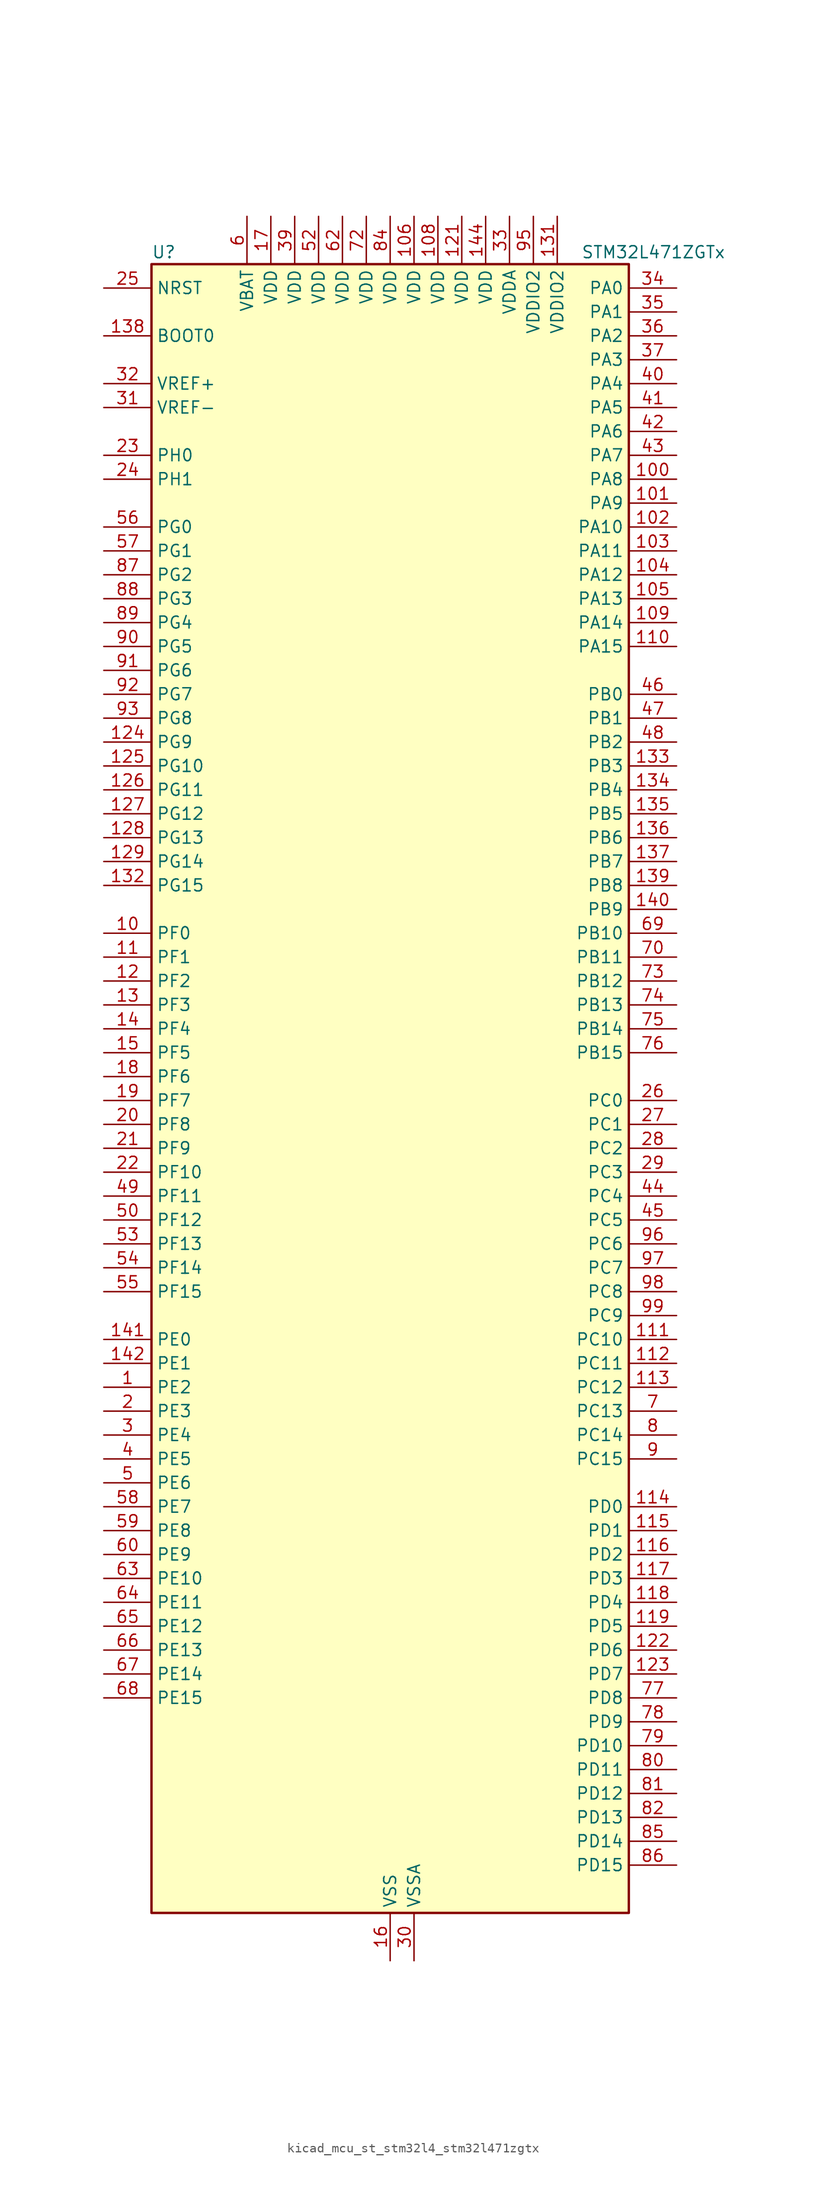
<source format=kicad_sym>
(kicad_symbol_lib
  (version 20220914)
  (generator kicad_symbol_editor)
  (symbol "kicad_mcu_st_stm32l4_stm32l471zgtx"
    (property "Reference" "U"
      (at -25.4 90.17 0)
      (effects (font (size 1.27 1.27)) (justify left)))
    (property "Value" "STM32L471ZGTx"
      (at 20.32 90.17 0)
      (effects (font (size 1.27 1.27)) (justify left)))
    (property "ki_locked" ""
      (at 0 0 0)
      (effects (font (size 1.27 1.27))))
    (symbol "kicad_mcu_st_stm32l4_stm32l471zgtx_0_1"
      (rectangle (start -25.4 -86.36) (end 25.4 88.9) (stroke (width 0.254) (type default)) (fill (type background))))
    (symbol "kicad_mcu_st_stm32l4_stm32l471zgtx_1_1"
      (pin bidirectional line (at -30.48 -30.48 0) (length 5.08) (name "PE2" (effects (font (size 1.27 1.27)))) (number "1" (effects (font (size 1.27 1.27)))) (alternate "FMC_A23" bidirectional line) (alternate "SAI1_MCLK_A" bidirectional line) (alternate "SYS_TRACECLK" bidirectional line) (alternate "TIM3_ETR" bidirectional line) (alternate "TSC_G7_IO1" bidirectional line))
      (pin bidirectional line (at -30.48 17.78 0) (length 5.08) (name "PF0" (effects (font (size 1.27 1.27)))) (number "10" (effects (font (size 1.27 1.27)))) (alternate "FMC_A0" bidirectional line) (alternate "I2C2_SDA" bidirectional line))
      (pin bidirectional line (at 30.48 66.04 180) (length 5.08) (name "PA8" (effects (font (size 1.27 1.27)))) (number "100" (effects (font (size 1.27 1.27)))) (alternate "LPTIM2_OUT" bidirectional line) (alternate "RCC_MCO" bidirectional line) (alternate "TIM1_CH1" bidirectional line) (alternate "USART1_CK" bidirectional line))
      (pin bidirectional line (at 30.48 63.5 180) (length 5.08) (name "PA9" (effects (font (size 1.27 1.27)))) (number "101" (effects (font (size 1.27 1.27)))) (alternate "DAC1_EXTI9" bidirectional line) (alternate "TIM15_BKIN" bidirectional line) (alternate "TIM1_CH2" bidirectional line) (alternate "USART1_TX" bidirectional line))
      (pin bidirectional line (at 30.48 60.96 180) (length 5.08) (name "PA10" (effects (font (size 1.27 1.27)))) (number "102" (effects (font (size 1.27 1.27)))) (alternate "TIM17_BKIN" bidirectional line) (alternate "TIM1_CH3" bidirectional line) (alternate "USART1_RX" bidirectional line))
      (pin bidirectional line (at 30.48 58.42 180) (length 5.08) (name "PA11" (effects (font (size 1.27 1.27)))) (number "103" (effects (font (size 1.27 1.27)))) (alternate "ADC1_EXTI11" bidirectional line) (alternate "ADC2_EXTI11" bidirectional line) (alternate "ADC3_EXTI11" bidirectional line) (alternate "CAN1_RX" bidirectional line) (alternate "TIM1_BKIN2" bidirectional line) (alternate "TIM1_BKIN2_COMP1" bidirectional line) (alternate "TIM1_CH4" bidirectional line) (alternate "USART1_CTS" bidirectional line))
      (pin bidirectional line (at 30.48 55.88 180) (length 5.08) (name "PA12" (effects (font (size 1.27 1.27)))) (number "104" (effects (font (size 1.27 1.27)))) (alternate "CAN1_TX" bidirectional line) (alternate "TIM1_ETR" bidirectional line) (alternate "USART1_DE" bidirectional line) (alternate "USART1_RTS" bidirectional line))
      (pin bidirectional line (at 30.48 53.34 180) (length 5.08) (name "PA13" (effects (font (size 1.27 1.27)))) (number "105" (effects (font (size 1.27 1.27)))) (alternate "IR_OUT" bidirectional line) (alternate "SYS_JTMS-SWDIO" bidirectional line))
      (pin power_in line (at 2.54 93.98 270) (length 5.08) (name "VDD" (effects (font (size 1.27 1.27)))) (number "106" (effects (font (size 1.27 1.27)))))
      (pin passive line (at 0 -91.44 90) (length 5.08) hide (name "VSS" (effects (font (size 1.27 1.27)))) (number "107" (effects (font (size 1.27 1.27)))))
      (pin power_in line (at 5.08 93.98 270) (length 5.08) (name "VDD" (effects (font (size 1.27 1.27)))) (number "108" (effects (font (size 1.27 1.27)))))
      (pin bidirectional line (at 30.48 50.8 180) (length 5.08) (name "PA14" (effects (font (size 1.27 1.27)))) (number "109" (effects (font (size 1.27 1.27)))) (alternate "SYS_JTCK-SWCLK" bidirectional line))
      (pin bidirectional line (at -30.48 15.24 0) (length 5.08) (name "PF1" (effects (font (size 1.27 1.27)))) (number "11" (effects (font (size 1.27 1.27)))) (alternate "FMC_A1" bidirectional line) (alternate "I2C2_SCL" bidirectional line))
      (pin bidirectional line (at 30.48 48.26 180) (length 5.08) (name "PA15" (effects (font (size 1.27 1.27)))) (number "110" (effects (font (size 1.27 1.27)))) (alternate "ADC1_EXTI15" bidirectional line) (alternate "ADC2_EXTI15" bidirectional line) (alternate "ADC3_EXTI15" bidirectional line) (alternate "SAI2_FS_B" bidirectional line) (alternate "SPI1_NSS" bidirectional line) (alternate "SPI3_NSS" bidirectional line) (alternate "SYS_JTDI" bidirectional line) (alternate "TIM2_CH1" bidirectional line) (alternate "TIM2_ETR" bidirectional line) (alternate "TSC_G3_IO1" bidirectional line) (alternate "UART4_DE" bidirectional line) (alternate "UART4_RTS" bidirectional line))
      (pin bidirectional line (at 30.48 -25.4 180) (length 5.08) (name "PC10" (effects (font (size 1.27 1.27)))) (number "111" (effects (font (size 1.27 1.27)))) (alternate "SAI2_SCK_B" bidirectional line) (alternate "SDMMC1_D2" bidirectional line) (alternate "SPI3_SCK" bidirectional line) (alternate "TSC_G3_IO2" bidirectional line) (alternate "UART4_TX" bidirectional line) (alternate "USART3_TX" bidirectional line))
      (pin bidirectional line (at 30.48 -27.94 180) (length 5.08) (name "PC11" (effects (font (size 1.27 1.27)))) (number "112" (effects (font (size 1.27 1.27)))) (alternate "ADC1_EXTI11" bidirectional line) (alternate "ADC2_EXTI11" bidirectional line) (alternate "ADC3_EXTI11" bidirectional line) (alternate "SAI2_MCLK_B" bidirectional line) (alternate "SDMMC1_D3" bidirectional line) (alternate "SPI3_MISO" bidirectional line) (alternate "TSC_G3_IO3" bidirectional line) (alternate "UART4_RX" bidirectional line) (alternate "USART3_RX" bidirectional line))
      (pin bidirectional line (at 30.48 -30.48 180) (length 5.08) (name "PC12" (effects (font (size 1.27 1.27)))) (number "113" (effects (font (size 1.27 1.27)))) (alternate "SAI2_SD_B" bidirectional line) (alternate "SDMMC1_CK" bidirectional line) (alternate "SPI3_MOSI" bidirectional line) (alternate "TSC_G3_IO4" bidirectional line) (alternate "UART5_TX" bidirectional line) (alternate "USART3_CK" bidirectional line))
      (pin bidirectional line (at 30.48 -43.18 180) (length 5.08) (name "PD0" (effects (font (size 1.27 1.27)))) (number "114" (effects (font (size 1.27 1.27)))) (alternate "CAN1_RX" bidirectional line) (alternate "DFSDM1_DATIN7" bidirectional line) (alternate "FMC_D2" bidirectional line) (alternate "FMC_DA2" bidirectional line) (alternate "SPI2_NSS" bidirectional line))
      (pin bidirectional line (at 30.48 -45.72 180) (length 5.08) (name "PD1" (effects (font (size 1.27 1.27)))) (number "115" (effects (font (size 1.27 1.27)))) (alternate "CAN1_TX" bidirectional line) (alternate "DFSDM1_CKIN7" bidirectional line) (alternate "FMC_D3" bidirectional line) (alternate "FMC_DA3" bidirectional line) (alternate "SPI2_SCK" bidirectional line))
      (pin bidirectional line (at 30.48 -48.26 180) (length 5.08) (name "PD2" (effects (font (size 1.27 1.27)))) (number "116" (effects (font (size 1.27 1.27)))) (alternate "SDMMC1_CMD" bidirectional line) (alternate "TIM3_ETR" bidirectional line) (alternate "TSC_SYNC" bidirectional line) (alternate "UART5_RX" bidirectional line) (alternate "USART3_DE" bidirectional line) (alternate "USART3_RTS" bidirectional line))
      (pin bidirectional line (at 30.48 -50.8 180) (length 5.08) (name "PD3" (effects (font (size 1.27 1.27)))) (number "117" (effects (font (size 1.27 1.27)))) (alternate "DFSDM1_DATIN0" bidirectional line) (alternate "FMC_CLK" bidirectional line) (alternate "SPI2_MISO" bidirectional line) (alternate "USART2_CTS" bidirectional line))
      (pin bidirectional line (at 30.48 -53.34 180) (length 5.08) (name "PD4" (effects (font (size 1.27 1.27)))) (number "118" (effects (font (size 1.27 1.27)))) (alternate "DFSDM1_CKIN0" bidirectional line) (alternate "FMC_NOE" bidirectional line) (alternate "SPI2_MOSI" bidirectional line) (alternate "USART2_DE" bidirectional line) (alternate "USART2_RTS" bidirectional line))
      (pin bidirectional line (at 30.48 -55.88 180) (length 5.08) (name "PD5" (effects (font (size 1.27 1.27)))) (number "119" (effects (font (size 1.27 1.27)))) (alternate "FMC_NWE" bidirectional line) (alternate "USART2_TX" bidirectional line))
      (pin bidirectional line (at -30.48 12.7 0) (length 5.08) (name "PF2" (effects (font (size 1.27 1.27)))) (number "12" (effects (font (size 1.27 1.27)))) (alternate "FMC_A2" bidirectional line) (alternate "I2C2_SMBA" bidirectional line))
      (pin passive line (at 0 -91.44 90) (length 5.08) hide (name "VSS" (effects (font (size 1.27 1.27)))) (number "120" (effects (font (size 1.27 1.27)))))
      (pin power_in line (at 7.62 93.98 270) (length 5.08) (name "VDD" (effects (font (size 1.27 1.27)))) (number "121" (effects (font (size 1.27 1.27)))))
      (pin bidirectional line (at 30.48 -58.42 180) (length 5.08) (name "PD6" (effects (font (size 1.27 1.27)))) (number "122" (effects (font (size 1.27 1.27)))) (alternate "DFSDM1_DATIN1" bidirectional line) (alternate "FMC_NWAIT" bidirectional line) (alternate "SAI1_SD_A" bidirectional line) (alternate "USART2_RX" bidirectional line))
      (pin bidirectional line (at 30.48 -60.96 180) (length 5.08) (name "PD7" (effects (font (size 1.27 1.27)))) (number "123" (effects (font (size 1.27 1.27)))) (alternate "DFSDM1_CKIN1" bidirectional line) (alternate "FMC_NE1" bidirectional line) (alternate "USART2_CK" bidirectional line))
      (pin bidirectional line (at -30.48 38.1 0) (length 5.08) (name "PG9" (effects (font (size 1.27 1.27)))) (number "124" (effects (font (size 1.27 1.27)))) (alternate "DAC1_EXTI9" bidirectional line) (alternate "FMC_NCE3" bidirectional line) (alternate "FMC_NE2" bidirectional line) (alternate "SAI2_SCK_A" bidirectional line) (alternate "SPI3_SCK" bidirectional line) (alternate "TIM15_CH1N" bidirectional line) (alternate "USART1_TX" bidirectional line))
      (pin bidirectional line (at -30.48 35.56 0) (length 5.08) (name "PG10" (effects (font (size 1.27 1.27)))) (number "125" (effects (font (size 1.27 1.27)))) (alternate "FMC_NE3" bidirectional line) (alternate "LPTIM1_IN1" bidirectional line) (alternate "SAI2_FS_A" bidirectional line) (alternate "SPI3_MISO" bidirectional line) (alternate "TIM15_CH1" bidirectional line) (alternate "USART1_RX" bidirectional line))
      (pin bidirectional line (at -30.48 33.02 0) (length 5.08) (name "PG11" (effects (font (size 1.27 1.27)))) (number "126" (effects (font (size 1.27 1.27)))) (alternate "ADC1_EXTI11" bidirectional line) (alternate "ADC2_EXTI11" bidirectional line) (alternate "ADC3_EXTI11" bidirectional line) (alternate "LPTIM1_IN2" bidirectional line) (alternate "SAI2_MCLK_A" bidirectional line) (alternate "SPI3_MOSI" bidirectional line) (alternate "TIM15_CH2" bidirectional line) (alternate "USART1_CTS" bidirectional line))
      (pin bidirectional line (at -30.48 30.48 0) (length 5.08) (name "PG12" (effects (font (size 1.27 1.27)))) (number "127" (effects (font (size 1.27 1.27)))) (alternate "FMC_NE4" bidirectional line) (alternate "LPTIM1_ETR" bidirectional line) (alternate "SAI2_SD_A" bidirectional line) (alternate "SPI3_NSS" bidirectional line) (alternate "USART1_DE" bidirectional line) (alternate "USART1_RTS" bidirectional line))
      (pin bidirectional line (at -30.48 27.94 0) (length 5.08) (name "PG13" (effects (font (size 1.27 1.27)))) (number "128" (effects (font (size 1.27 1.27)))) (alternate "FMC_A24" bidirectional line) (alternate "I2C1_SDA" bidirectional line) (alternate "USART1_CK" bidirectional line))
      (pin bidirectional line (at -30.48 25.4 0) (length 5.08) (name "PG14" (effects (font (size 1.27 1.27)))) (number "129" (effects (font (size 1.27 1.27)))) (alternate "FMC_A25" bidirectional line) (alternate "I2C1_SCL" bidirectional line))
      (pin bidirectional line (at -30.48 10.16 0) (length 5.08) (name "PF3" (effects (font (size 1.27 1.27)))) (number "13" (effects (font (size 1.27 1.27)))) (alternate "ADC3_IN6" bidirectional line) (alternate "FMC_A3" bidirectional line))
      (pin passive line (at 0 -91.44 90) (length 5.08) hide (name "VSS" (effects (font (size 1.27 1.27)))) (number "130" (effects (font (size 1.27 1.27)))))
      (pin power_in line (at 17.78 93.98 270) (length 5.08) (name "VDDIO2" (effects (font (size 1.27 1.27)))) (number "131" (effects (font (size 1.27 1.27)))))
      (pin bidirectional line (at -30.48 22.86 0) (length 5.08) (name "PG15" (effects (font (size 1.27 1.27)))) (number "132" (effects (font (size 1.27 1.27)))) (alternate "ADC1_EXTI15" bidirectional line) (alternate "ADC2_EXTI15" bidirectional line) (alternate "ADC3_EXTI15" bidirectional line) (alternate "I2C1_SMBA" bidirectional line) (alternate "LPTIM1_OUT" bidirectional line))
      (pin bidirectional line (at 30.48 35.56 180) (length 5.08) (name "PB3" (effects (font (size 1.27 1.27)))) (number "133" (effects (font (size 1.27 1.27)))) (alternate "COMP2_INM" bidirectional line) (alternate "SAI1_SCK_B" bidirectional line) (alternate "SPI1_SCK" bidirectional line) (alternate "SPI3_SCK" bidirectional line) (alternate "SYS_JTDO-SWO" bidirectional line) (alternate "TIM2_CH2" bidirectional line) (alternate "USART1_DE" bidirectional line) (alternate "USART1_RTS" bidirectional line))
      (pin bidirectional line (at 30.48 33.02 180) (length 5.08) (name "PB4" (effects (font (size 1.27 1.27)))) (number "134" (effects (font (size 1.27 1.27)))) (alternate "COMP2_INP" bidirectional line) (alternate "SAI1_MCLK_B" bidirectional line) (alternate "SPI1_MISO" bidirectional line) (alternate "SPI3_MISO" bidirectional line) (alternate "SYS_JTRST" bidirectional line) (alternate "TIM17_BKIN" bidirectional line) (alternate "TIM3_CH1" bidirectional line) (alternate "TSC_G2_IO1" bidirectional line) (alternate "UART5_DE" bidirectional line) (alternate "UART5_RTS" bidirectional line) (alternate "USART1_CTS" bidirectional line))
      (pin bidirectional line (at 30.48 30.48 180) (length 5.08) (name "PB5" (effects (font (size 1.27 1.27)))) (number "135" (effects (font (size 1.27 1.27)))) (alternate "COMP2_OUT" bidirectional line) (alternate "I2C1_SMBA" bidirectional line) (alternate "LPTIM1_IN1" bidirectional line) (alternate "SAI1_SD_B" bidirectional line) (alternate "SPI1_MOSI" bidirectional line) (alternate "SPI3_MOSI" bidirectional line) (alternate "TIM16_BKIN" bidirectional line) (alternate "TIM3_CH2" bidirectional line) (alternate "TSC_G2_IO2" bidirectional line) (alternate "UART5_CTS" bidirectional line) (alternate "USART1_CK" bidirectional line))
      (pin bidirectional line (at 30.48 27.94 180) (length 5.08) (name "PB6" (effects (font (size 1.27 1.27)))) (number "136" (effects (font (size 1.27 1.27)))) (alternate "COMP2_INP" bidirectional line) (alternate "DFSDM1_DATIN5" bidirectional line) (alternate "I2C1_SCL" bidirectional line) (alternate "LPTIM1_ETR" bidirectional line) (alternate "SAI1_FS_B" bidirectional line) (alternate "TIM16_CH1N" bidirectional line) (alternate "TIM4_CH1" bidirectional line) (alternate "TIM8_BKIN2" bidirectional line) (alternate "TIM8_BKIN2_COMP2" bidirectional line) (alternate "TSC_G2_IO3" bidirectional line) (alternate "USART1_TX" bidirectional line))
      (pin bidirectional line (at 30.48 25.4 180) (length 5.08) (name "PB7" (effects (font (size 1.27 1.27)))) (number "137" (effects (font (size 1.27 1.27)))) (alternate "COMP2_INM" bidirectional line) (alternate "DFSDM1_CKIN5" bidirectional line) (alternate "FMC_NL" bidirectional line) (alternate "I2C1_SDA" bidirectional line) (alternate "LPTIM1_IN2" bidirectional line) (alternate "SYS_PVD_IN" bidirectional line) (alternate "TIM17_CH1N" bidirectional line) (alternate "TIM4_CH2" bidirectional line) (alternate "TIM8_BKIN" bidirectional line) (alternate "TIM8_BKIN_COMP1" bidirectional line) (alternate "TSC_G2_IO4" bidirectional line) (alternate "UART4_CTS" bidirectional line) (alternate "USART1_RX" bidirectional line))
      (pin input line (at -30.48 81.28 0) (length 5.08) (name "BOOT0" (effects (font (size 1.27 1.27)))) (number "138" (effects (font (size 1.27 1.27)))))
      (pin bidirectional line (at 30.48 22.86 180) (length 5.08) (name "PB8" (effects (font (size 1.27 1.27)))) (number "139" (effects (font (size 1.27 1.27)))) (alternate "CAN1_RX" bidirectional line) (alternate "DFSDM1_DATIN6" bidirectional line) (alternate "I2C1_SCL" bidirectional line) (alternate "SAI1_MCLK_A" bidirectional line) (alternate "SDMMC1_D4" bidirectional line) (alternate "TIM16_CH1" bidirectional line) (alternate "TIM4_CH3" bidirectional line))
      (pin bidirectional line (at -30.48 7.62 0) (length 5.08) (name "PF4" (effects (font (size 1.27 1.27)))) (number "14" (effects (font (size 1.27 1.27)))) (alternate "ADC3_IN7" bidirectional line) (alternate "FMC_A4" bidirectional line))
      (pin bidirectional line (at 30.48 20.32 180) (length 5.08) (name "PB9" (effects (font (size 1.27 1.27)))) (number "140" (effects (font (size 1.27 1.27)))) (alternate "CAN1_TX" bidirectional line) (alternate "DAC1_EXTI9" bidirectional line) (alternate "DFSDM1_CKIN6" bidirectional line) (alternate "I2C1_SDA" bidirectional line) (alternate "IR_OUT" bidirectional line) (alternate "SAI1_FS_A" bidirectional line) (alternate "SDMMC1_D5" bidirectional line) (alternate "SPI2_NSS" bidirectional line) (alternate "TIM17_CH1" bidirectional line) (alternate "TIM4_CH4" bidirectional line))
      (pin bidirectional line (at -30.48 -25.4 0) (length 5.08) (name "PE0" (effects (font (size 1.27 1.27)))) (number "141" (effects (font (size 1.27 1.27)))) (alternate "FMC_NBL0" bidirectional line) (alternate "TIM16_CH1" bidirectional line) (alternate "TIM4_ETR" bidirectional line))
      (pin bidirectional line (at -30.48 -27.94 0) (length 5.08) (name "PE1" (effects (font (size 1.27 1.27)))) (number "142" (effects (font (size 1.27 1.27)))) (alternate "FMC_NBL1" bidirectional line) (alternate "TIM17_CH1" bidirectional line))
      (pin passive line (at 0 -91.44 90) (length 5.08) hide (name "VSS" (effects (font (size 1.27 1.27)))) (number "143" (effects (font (size 1.27 1.27)))))
      (pin power_in line (at 10.16 93.98 270) (length 5.08) (name "VDD" (effects (font (size 1.27 1.27)))) (number "144" (effects (font (size 1.27 1.27)))))
      (pin bidirectional line (at -30.48 5.08 0) (length 5.08) (name "PF5" (effects (font (size 1.27 1.27)))) (number "15" (effects (font (size 1.27 1.27)))) (alternate "ADC3_IN8" bidirectional line) (alternate "FMC_A5" bidirectional line))
      (pin power_in line (at 0 -91.44 90) (length 5.08) (name "VSS" (effects (font (size 1.27 1.27)))) (number "16" (effects (font (size 1.27 1.27)))))
      (pin power_in line (at -12.7 93.98 270) (length 5.08) (name "VDD" (effects (font (size 1.27 1.27)))) (number "17" (effects (font (size 1.27 1.27)))))
      (pin bidirectional line (at -30.48 2.54 0) (length 5.08) (name "PF6" (effects (font (size 1.27 1.27)))) (number "18" (effects (font (size 1.27 1.27)))) (alternate "ADC3_IN9" bidirectional line) (alternate "SAI1_SD_B" bidirectional line) (alternate "TIM5_CH1" bidirectional line) (alternate "TIM5_ETR" bidirectional line))
      (pin bidirectional line (at -30.48 0 0) (length 5.08) (name "PF7" (effects (font (size 1.27 1.27)))) (number "19" (effects (font (size 1.27 1.27)))) (alternate "ADC3_IN10" bidirectional line) (alternate "SAI1_MCLK_B" bidirectional line) (alternate "TIM5_CH2" bidirectional line))
      (pin bidirectional line (at -30.48 -33.02 0) (length 5.08) (name "PE3" (effects (font (size 1.27 1.27)))) (number "2" (effects (font (size 1.27 1.27)))) (alternate "FMC_A19" bidirectional line) (alternate "SAI1_SD_B" bidirectional line) (alternate "SYS_TRACED0" bidirectional line) (alternate "TIM3_CH1" bidirectional line) (alternate "TSC_G7_IO2" bidirectional line))
      (pin bidirectional line (at -30.48 -2.54 0) (length 5.08) (name "PF8" (effects (font (size 1.27 1.27)))) (number "20" (effects (font (size 1.27 1.27)))) (alternate "ADC3_IN11" bidirectional line) (alternate "SAI1_SCK_B" bidirectional line) (alternate "TIM5_CH3" bidirectional line))
      (pin bidirectional line (at -30.48 -5.08 0) (length 5.08) (name "PF9" (effects (font (size 1.27 1.27)))) (number "21" (effects (font (size 1.27 1.27)))) (alternate "ADC3_IN12" bidirectional line) (alternate "DAC1_EXTI9" bidirectional line) (alternate "SAI1_FS_B" bidirectional line) (alternate "TIM15_CH1" bidirectional line) (alternate "TIM5_CH4" bidirectional line))
      (pin bidirectional line (at -30.48 -7.62 0) (length 5.08) (name "PF10" (effects (font (size 1.27 1.27)))) (number "22" (effects (font (size 1.27 1.27)))) (alternate "ADC3_IN13" bidirectional line) (alternate "TIM15_CH2" bidirectional line))
      (pin bidirectional line (at -30.48 68.58 0) (length 5.08) (name "PH0" (effects (font (size 1.27 1.27)))) (number "23" (effects (font (size 1.27 1.27)))) (alternate "RCC_OSC_IN" bidirectional line))
      (pin bidirectional line (at -30.48 66.04 0) (length 5.08) (name "PH1" (effects (font (size 1.27 1.27)))) (number "24" (effects (font (size 1.27 1.27)))) (alternate "RCC_OSC_OUT" bidirectional line))
      (pin input line (at -30.48 86.36 0) (length 5.08) (name "NRST" (effects (font (size 1.27 1.27)))) (number "25" (effects (font (size 1.27 1.27)))))
      (pin bidirectional line (at 30.48 0 180) (length 5.08) (name "PC0" (effects (font (size 1.27 1.27)))) (number "26" (effects (font (size 1.27 1.27)))) (alternate "ADC1_IN1" bidirectional line) (alternate "ADC2_IN1" bidirectional line) (alternate "ADC3_IN1" bidirectional line) (alternate "DFSDM1_DATIN4" bidirectional line) (alternate "I2C3_SCL" bidirectional line) (alternate "LPTIM1_IN1" bidirectional line) (alternate "LPTIM2_IN1" bidirectional line) (alternate "LPUART1_RX" bidirectional line))
      (pin bidirectional line (at 30.48 -2.54 180) (length 5.08) (name "PC1" (effects (font (size 1.27 1.27)))) (number "27" (effects (font (size 1.27 1.27)))) (alternate "ADC1_IN2" bidirectional line) (alternate "ADC2_IN2" bidirectional line) (alternate "ADC3_IN2" bidirectional line) (alternate "DFSDM1_CKIN4" bidirectional line) (alternate "I2C3_SDA" bidirectional line) (alternate "LPTIM1_OUT" bidirectional line) (alternate "LPUART1_TX" bidirectional line))
      (pin bidirectional line (at 30.48 -5.08 180) (length 5.08) (name "PC2" (effects (font (size 1.27 1.27)))) (number "28" (effects (font (size 1.27 1.27)))) (alternate "ADC1_IN3" bidirectional line) (alternate "ADC2_IN3" bidirectional line) (alternate "ADC3_IN3" bidirectional line) (alternate "DFSDM1_CKOUT" bidirectional line) (alternate "LPTIM1_IN2" bidirectional line) (alternate "SPI2_MISO" bidirectional line))
      (pin bidirectional line (at 30.48 -7.62 180) (length 5.08) (name "PC3" (effects (font (size 1.27 1.27)))) (number "29" (effects (font (size 1.27 1.27)))) (alternate "ADC1_IN4" bidirectional line) (alternate "ADC2_IN4" bidirectional line) (alternate "ADC3_IN4" bidirectional line) (alternate "LPTIM1_ETR" bidirectional line) (alternate "LPTIM2_ETR" bidirectional line) (alternate "SAI1_SD_A" bidirectional line) (alternate "SPI2_MOSI" bidirectional line))
      (pin bidirectional line (at -30.48 -35.56 0) (length 5.08) (name "PE4" (effects (font (size 1.27 1.27)))) (number "3" (effects (font (size 1.27 1.27)))) (alternate "DFSDM1_DATIN3" bidirectional line) (alternate "FMC_A20" bidirectional line) (alternate "SAI1_FS_A" bidirectional line) (alternate "SYS_TRACED1" bidirectional line) (alternate "TIM3_CH2" bidirectional line) (alternate "TSC_G7_IO3" bidirectional line))
      (pin power_in line (at 2.54 -91.44 90) (length 5.08) (name "VSSA" (effects (font (size 1.27 1.27)))) (number "30" (effects (font (size 1.27 1.27)))))
      (pin input line (at -30.48 73.66 0) (length 5.08) (name "VREF-" (effects (font (size 1.27 1.27)))) (number "31" (effects (font (size 1.27 1.27)))))
      (pin input line (at -30.48 76.2 0) (length 5.08) (name "VREF+" (effects (font (size 1.27 1.27)))) (number "32" (effects (font (size 1.27 1.27)))) (alternate "VREFBUF_OUT" bidirectional line))
      (pin power_in line (at 12.7 93.98 270) (length 5.08) (name "VDDA" (effects (font (size 1.27 1.27)))) (number "33" (effects (font (size 1.27 1.27)))))
      (pin bidirectional line (at 30.48 86.36 180) (length 5.08) (name "PA0" (effects (font (size 1.27 1.27)))) (number "34" (effects (font (size 1.27 1.27)))) (alternate "ADC1_IN5" bidirectional line) (alternate "ADC2_IN5" bidirectional line) (alternate "OPAMP1_VINP" bidirectional line) (alternate "RTC_TAMP2" bidirectional line) (alternate "SAI1_EXTCLK" bidirectional line) (alternate "SYS_WKUP1" bidirectional line) (alternate "TIM2_CH1" bidirectional line) (alternate "TIM2_ETR" bidirectional line) (alternate "TIM5_CH1" bidirectional line) (alternate "TIM8_ETR" bidirectional line) (alternate "UART4_TX" bidirectional line) (alternate "USART2_CTS" bidirectional line))
      (pin bidirectional line (at 30.48 83.82 180) (length 5.08) (name "PA1" (effects (font (size 1.27 1.27)))) (number "35" (effects (font (size 1.27 1.27)))) (alternate "ADC1_IN6" bidirectional line) (alternate "ADC2_IN6" bidirectional line) (alternate "OPAMP1_VINM" bidirectional line) (alternate "TIM15_CH1N" bidirectional line) (alternate "TIM2_CH2" bidirectional line) (alternate "TIM5_CH2" bidirectional line) (alternate "UART4_RX" bidirectional line) (alternate "USART2_DE" bidirectional line) (alternate "USART2_RTS" bidirectional line))
      (pin bidirectional line (at 30.48 81.28 180) (length 5.08) (name "PA2" (effects (font (size 1.27 1.27)))) (number "36" (effects (font (size 1.27 1.27)))) (alternate "ADC1_IN7" bidirectional line) (alternate "ADC2_IN7" bidirectional line) (alternate "RCC_LSCO" bidirectional line) (alternate "SAI2_EXTCLK" bidirectional line) (alternate "SYS_WKUP4" bidirectional line) (alternate "TIM15_CH1" bidirectional line) (alternate "TIM2_CH3" bidirectional line) (alternate "TIM5_CH3" bidirectional line) (alternate "USART2_TX" bidirectional line))
      (pin bidirectional line (at 30.48 78.74 180) (length 5.08) (name "PA3" (effects (font (size 1.27 1.27)))) (number "37" (effects (font (size 1.27 1.27)))) (alternate "ADC1_IN8" bidirectional line) (alternate "ADC2_IN8" bidirectional line) (alternate "OPAMP1_VOUT" bidirectional line) (alternate "TIM15_CH2" bidirectional line) (alternate "TIM2_CH4" bidirectional line) (alternate "TIM5_CH4" bidirectional line) (alternate "USART2_RX" bidirectional line))
      (pin passive line (at 0 -91.44 90) (length 5.08) hide (name "VSS" (effects (font (size 1.27 1.27)))) (number "38" (effects (font (size 1.27 1.27)))))
      (pin power_in line (at -10.16 93.98 270) (length 5.08) (name "VDD" (effects (font (size 1.27 1.27)))) (number "39" (effects (font (size 1.27 1.27)))))
      (pin bidirectional line (at -30.48 -38.1 0) (length 5.08) (name "PE5" (effects (font (size 1.27 1.27)))) (number "4" (effects (font (size 1.27 1.27)))) (alternate "DFSDM1_CKIN3" bidirectional line) (alternate "FMC_A21" bidirectional line) (alternate "SAI1_SCK_A" bidirectional line) (alternate "SYS_TRACED2" bidirectional line) (alternate "TIM3_CH3" bidirectional line) (alternate "TSC_G7_IO4" bidirectional line))
      (pin bidirectional line (at 30.48 76.2 180) (length 5.08) (name "PA4" (effects (font (size 1.27 1.27)))) (number "40" (effects (font (size 1.27 1.27)))) (alternate "ADC1_IN9" bidirectional line) (alternate "ADC2_IN9" bidirectional line) (alternate "DAC1_OUT1" bidirectional line) (alternate "LPTIM2_OUT" bidirectional line) (alternate "SAI1_FS_B" bidirectional line) (alternate "SPI1_NSS" bidirectional line) (alternate "SPI3_NSS" bidirectional line) (alternate "USART2_CK" bidirectional line))
      (pin bidirectional line (at 30.48 73.66 180) (length 5.08) (name "PA5" (effects (font (size 1.27 1.27)))) (number "41" (effects (font (size 1.27 1.27)))) (alternate "ADC1_IN10" bidirectional line) (alternate "ADC2_IN10" bidirectional line) (alternate "DAC1_OUT2" bidirectional line) (alternate "LPTIM2_ETR" bidirectional line) (alternate "SPI1_SCK" bidirectional line) (alternate "TIM2_CH1" bidirectional line) (alternate "TIM2_ETR" bidirectional line) (alternate "TIM8_CH1N" bidirectional line))
      (pin bidirectional line (at 30.48 71.12 180) (length 5.08) (name "PA6" (effects (font (size 1.27 1.27)))) (number "42" (effects (font (size 1.27 1.27)))) (alternate "ADC1_IN11" bidirectional line) (alternate "ADC2_IN11" bidirectional line) (alternate "OPAMP2_VINP" bidirectional line) (alternate "QUADSPI_BK1_IO3" bidirectional line) (alternate "SPI1_MISO" bidirectional line) (alternate "TIM16_CH1" bidirectional line) (alternate "TIM1_BKIN" bidirectional line) (alternate "TIM1_BKIN_COMP2" bidirectional line) (alternate "TIM3_CH1" bidirectional line) (alternate "TIM8_BKIN" bidirectional line) (alternate "TIM8_BKIN_COMP2" bidirectional line) (alternate "USART3_CTS" bidirectional line))
      (pin bidirectional line (at 30.48 68.58 180) (length 5.08) (name "PA7" (effects (font (size 1.27 1.27)))) (number "43" (effects (font (size 1.27 1.27)))) (alternate "ADC1_IN12" bidirectional line) (alternate "ADC2_IN12" bidirectional line) (alternate "OPAMP2_VINM" bidirectional line) (alternate "QUADSPI_BK1_IO2" bidirectional line) (alternate "SPI1_MOSI" bidirectional line) (alternate "TIM17_CH1" bidirectional line) (alternate "TIM1_CH1N" bidirectional line) (alternate "TIM3_CH2" bidirectional line) (alternate "TIM8_CH1N" bidirectional line))
      (pin bidirectional line (at 30.48 -10.16 180) (length 5.08) (name "PC4" (effects (font (size 1.27 1.27)))) (number "44" (effects (font (size 1.27 1.27)))) (alternate "ADC1_IN13" bidirectional line) (alternate "ADC2_IN13" bidirectional line) (alternate "COMP1_INM" bidirectional line) (alternate "USART3_TX" bidirectional line))
      (pin bidirectional line (at 30.48 -12.7 180) (length 5.08) (name "PC5" (effects (font (size 1.27 1.27)))) (number "45" (effects (font (size 1.27 1.27)))) (alternate "ADC1_IN14" bidirectional line) (alternate "ADC2_IN14" bidirectional line) (alternate "COMP1_INP" bidirectional line) (alternate "SYS_WKUP5" bidirectional line) (alternate "USART3_RX" bidirectional line))
      (pin bidirectional line (at 30.48 43.18 180) (length 5.08) (name "PB0" (effects (font (size 1.27 1.27)))) (number "46" (effects (font (size 1.27 1.27)))) (alternate "ADC1_IN15" bidirectional line) (alternate "ADC2_IN15" bidirectional line) (alternate "COMP1_OUT" bidirectional line) (alternate "OPAMP2_VOUT" bidirectional line) (alternate "QUADSPI_BK1_IO1" bidirectional line) (alternate "TIM1_CH2N" bidirectional line) (alternate "TIM3_CH3" bidirectional line) (alternate "TIM8_CH2N" bidirectional line) (alternate "USART3_CK" bidirectional line))
      (pin bidirectional line (at 30.48 40.64 180) (length 5.08) (name "PB1" (effects (font (size 1.27 1.27)))) (number "47" (effects (font (size 1.27 1.27)))) (alternate "ADC1_IN16" bidirectional line) (alternate "ADC2_IN16" bidirectional line) (alternate "COMP1_INM" bidirectional line) (alternate "DFSDM1_DATIN0" bidirectional line) (alternate "LPTIM2_IN1" bidirectional line) (alternate "QUADSPI_BK1_IO0" bidirectional line) (alternate "TIM1_CH3N" bidirectional line) (alternate "TIM3_CH4" bidirectional line) (alternate "TIM8_CH3N" bidirectional line) (alternate "USART3_DE" bidirectional line) (alternate "USART3_RTS" bidirectional line))
      (pin bidirectional line (at 30.48 38.1 180) (length 5.08) (name "PB2" (effects (font (size 1.27 1.27)))) (number "48" (effects (font (size 1.27 1.27)))) (alternate "COMP1_INP" bidirectional line) (alternate "DFSDM1_CKIN0" bidirectional line) (alternate "I2C3_SMBA" bidirectional line) (alternate "LPTIM1_OUT" bidirectional line) (alternate "RTC_OUT_ALARM" bidirectional line) (alternate "RTC_OUT_CALIB" bidirectional line))
      (pin bidirectional line (at -30.48 -10.16 0) (length 5.08) (name "PF11" (effects (font (size 1.27 1.27)))) (number "49" (effects (font (size 1.27 1.27)))) (alternate "ADC1_EXTI11" bidirectional line) (alternate "ADC2_EXTI11" bidirectional line) (alternate "ADC3_EXTI11" bidirectional line))
      (pin bidirectional line (at -30.48 -40.64 0) (length 5.08) (name "PE6" (effects (font (size 1.27 1.27)))) (number "5" (effects (font (size 1.27 1.27)))) (alternate "FMC_A22" bidirectional line) (alternate "RTC_TAMP3" bidirectional line) (alternate "SAI1_SD_A" bidirectional line) (alternate "SYS_TRACED3" bidirectional line) (alternate "SYS_WKUP3" bidirectional line) (alternate "TIM3_CH4" bidirectional line))
      (pin bidirectional line (at -30.48 -12.7 0) (length 5.08) (name "PF12" (effects (font (size 1.27 1.27)))) (number "50" (effects (font (size 1.27 1.27)))) (alternate "FMC_A6" bidirectional line))
      (pin passive line (at 0 -91.44 90) (length 5.08) hide (name "VSS" (effects (font (size 1.27 1.27)))) (number "51" (effects (font (size 1.27 1.27)))))
      (pin power_in line (at -7.62 93.98 270) (length 5.08) (name "VDD" (effects (font (size 1.27 1.27)))) (number "52" (effects (font (size 1.27 1.27)))))
      (pin bidirectional line (at -30.48 -15.24 0) (length 5.08) (name "PF13" (effects (font (size 1.27 1.27)))) (number "53" (effects (font (size 1.27 1.27)))) (alternate "DFSDM1_DATIN6" bidirectional line) (alternate "FMC_A7" bidirectional line))
      (pin bidirectional line (at -30.48 -17.78 0) (length 5.08) (name "PF14" (effects (font (size 1.27 1.27)))) (number "54" (effects (font (size 1.27 1.27)))) (alternate "DFSDM1_CKIN6" bidirectional line) (alternate "FMC_A8" bidirectional line) (alternate "TSC_G8_IO1" bidirectional line))
      (pin bidirectional line (at -30.48 -20.32 0) (length 5.08) (name "PF15" (effects (font (size 1.27 1.27)))) (number "55" (effects (font (size 1.27 1.27)))) (alternate "ADC1_EXTI15" bidirectional line) (alternate "ADC2_EXTI15" bidirectional line) (alternate "ADC3_EXTI15" bidirectional line) (alternate "FMC_A9" bidirectional line) (alternate "TSC_G8_IO2" bidirectional line))
      (pin bidirectional line (at -30.48 60.96 0) (length 5.08) (name "PG0" (effects (font (size 1.27 1.27)))) (number "56" (effects (font (size 1.27 1.27)))) (alternate "FMC_A10" bidirectional line) (alternate "TSC_G8_IO3" bidirectional line))
      (pin bidirectional line (at -30.48 58.42 0) (length 5.08) (name "PG1" (effects (font (size 1.27 1.27)))) (number "57" (effects (font (size 1.27 1.27)))) (alternate "FMC_A11" bidirectional line) (alternate "TSC_G8_IO4" bidirectional line))
      (pin bidirectional line (at -30.48 -43.18 0) (length 5.08) (name "PE7" (effects (font (size 1.27 1.27)))) (number "58" (effects (font (size 1.27 1.27)))) (alternate "DFSDM1_DATIN2" bidirectional line) (alternate "FMC_D4" bidirectional line) (alternate "FMC_DA4" bidirectional line) (alternate "SAI1_SD_B" bidirectional line) (alternate "TIM1_ETR" bidirectional line))
      (pin bidirectional line (at -30.48 -45.72 0) (length 5.08) (name "PE8" (effects (font (size 1.27 1.27)))) (number "59" (effects (font (size 1.27 1.27)))) (alternate "DFSDM1_CKIN2" bidirectional line) (alternate "FMC_D5" bidirectional line) (alternate "FMC_DA5" bidirectional line) (alternate "SAI1_SCK_B" bidirectional line) (alternate "TIM1_CH1N" bidirectional line))
      (pin power_in line (at -15.24 93.98 270) (length 5.08) (name "VBAT" (effects (font (size 1.27 1.27)))) (number "6" (effects (font (size 1.27 1.27)))))
      (pin bidirectional line (at -30.48 -48.26 0) (length 5.08) (name "PE9" (effects (font (size 1.27 1.27)))) (number "60" (effects (font (size 1.27 1.27)))) (alternate "DAC1_EXTI9" bidirectional line) (alternate "DFSDM1_CKOUT" bidirectional line) (alternate "FMC_D6" bidirectional line) (alternate "FMC_DA6" bidirectional line) (alternate "SAI1_FS_B" bidirectional line) (alternate "TIM1_CH1" bidirectional line))
      (pin passive line (at 0 -91.44 90) (length 5.08) hide (name "VSS" (effects (font (size 1.27 1.27)))) (number "61" (effects (font (size 1.27 1.27)))))
      (pin power_in line (at -5.08 93.98 270) (length 5.08) (name "VDD" (effects (font (size 1.27 1.27)))) (number "62" (effects (font (size 1.27 1.27)))))
      (pin bidirectional line (at -30.48 -50.8 0) (length 5.08) (name "PE10" (effects (font (size 1.27 1.27)))) (number "63" (effects (font (size 1.27 1.27)))) (alternate "DFSDM1_DATIN4" bidirectional line) (alternate "FMC_D7" bidirectional line) (alternate "FMC_DA7" bidirectional line) (alternate "QUADSPI_CLK" bidirectional line) (alternate "SAI1_MCLK_B" bidirectional line) (alternate "TIM1_CH2N" bidirectional line) (alternate "TSC_G5_IO1" bidirectional line))
      (pin bidirectional line (at -30.48 -53.34 0) (length 5.08) (name "PE11" (effects (font (size 1.27 1.27)))) (number "64" (effects (font (size 1.27 1.27)))) (alternate "ADC1_EXTI11" bidirectional line) (alternate "ADC2_EXTI11" bidirectional line) (alternate "ADC3_EXTI11" bidirectional line) (alternate "DFSDM1_CKIN4" bidirectional line) (alternate "FMC_D8" bidirectional line) (alternate "FMC_DA8" bidirectional line) (alternate "QUADSPI_NCS" bidirectional line) (alternate "TIM1_CH2" bidirectional line) (alternate "TSC_G5_IO2" bidirectional line))
      (pin bidirectional line (at -30.48 -55.88 0) (length 5.08) (name "PE12" (effects (font (size 1.27 1.27)))) (number "65" (effects (font (size 1.27 1.27)))) (alternate "DFSDM1_DATIN5" bidirectional line) (alternate "FMC_D9" bidirectional line) (alternate "FMC_DA9" bidirectional line) (alternate "QUADSPI_BK1_IO0" bidirectional line) (alternate "SPI1_NSS" bidirectional line) (alternate "TIM1_CH3N" bidirectional line) (alternate "TSC_G5_IO3" bidirectional line))
      (pin bidirectional line (at -30.48 -58.42 0) (length 5.08) (name "PE13" (effects (font (size 1.27 1.27)))) (number "66" (effects (font (size 1.27 1.27)))) (alternate "DFSDM1_CKIN5" bidirectional line) (alternate "FMC_D10" bidirectional line) (alternate "FMC_DA10" bidirectional line) (alternate "QUADSPI_BK1_IO1" bidirectional line) (alternate "SPI1_SCK" bidirectional line) (alternate "TIM1_CH3" bidirectional line) (alternate "TSC_G5_IO4" bidirectional line))
      (pin bidirectional line (at -30.48 -60.96 0) (length 5.08) (name "PE14" (effects (font (size 1.27 1.27)))) (number "67" (effects (font (size 1.27 1.27)))) (alternate "FMC_D11" bidirectional line) (alternate "FMC_DA11" bidirectional line) (alternate "QUADSPI_BK1_IO2" bidirectional line) (alternate "SPI1_MISO" bidirectional line) (alternate "TIM1_BKIN2" bidirectional line) (alternate "TIM1_BKIN2_COMP2" bidirectional line) (alternate "TIM1_CH4" bidirectional line))
      (pin bidirectional line (at -30.48 -63.5 0) (length 5.08) (name "PE15" (effects (font (size 1.27 1.27)))) (number "68" (effects (font (size 1.27 1.27)))) (alternate "ADC1_EXTI15" bidirectional line) (alternate "ADC2_EXTI15" bidirectional line) (alternate "ADC3_EXTI15" bidirectional line) (alternate "FMC_D12" bidirectional line) (alternate "FMC_DA12" bidirectional line) (alternate "QUADSPI_BK1_IO3" bidirectional line) (alternate "SPI1_MOSI" bidirectional line) (alternate "TIM1_BKIN" bidirectional line) (alternate "TIM1_BKIN_COMP1" bidirectional line))
      (pin bidirectional line (at 30.48 17.78 180) (length 5.08) (name "PB10" (effects (font (size 1.27 1.27)))) (number "69" (effects (font (size 1.27 1.27)))) (alternate "COMP1_OUT" bidirectional line) (alternate "DFSDM1_DATIN7" bidirectional line) (alternate "I2C2_SCL" bidirectional line) (alternate "LPUART1_RX" bidirectional line) (alternate "QUADSPI_CLK" bidirectional line) (alternate "SAI1_SCK_A" bidirectional line) (alternate "SPI2_SCK" bidirectional line) (alternate "TIM2_CH3" bidirectional line) (alternate "USART3_TX" bidirectional line))
      (pin bidirectional line (at 30.48 -33.02 180) (length 5.08) (name "PC13" (effects (font (size 1.27 1.27)))) (number "7" (effects (font (size 1.27 1.27)))) (alternate "RTC_OUT_ALARM" bidirectional line) (alternate "RTC_OUT_CALIB" bidirectional line) (alternate "RTC_TAMP1" bidirectional line) (alternate "RTC_TS" bidirectional line) (alternate "SYS_WKUP2" bidirectional line))
      (pin bidirectional line (at 30.48 15.24 180) (length 5.08) (name "PB11" (effects (font (size 1.27 1.27)))) (number "70" (effects (font (size 1.27 1.27)))) (alternate "ADC1_EXTI11" bidirectional line) (alternate "ADC2_EXTI11" bidirectional line) (alternate "ADC3_EXTI11" bidirectional line) (alternate "COMP2_OUT" bidirectional line) (alternate "DFSDM1_CKIN7" bidirectional line) (alternate "I2C2_SDA" bidirectional line) (alternate "LPUART1_TX" bidirectional line) (alternate "QUADSPI_NCS" bidirectional line) (alternate "TIM2_CH4" bidirectional line) (alternate "USART3_RX" bidirectional line))
      (pin passive line (at 0 -91.44 90) (length 5.08) hide (name "VSS" (effects (font (size 1.27 1.27)))) (number "71" (effects (font (size 1.27 1.27)))))
      (pin power_in line (at -2.54 93.98 270) (length 5.08) (name "VDD" (effects (font (size 1.27 1.27)))) (number "72" (effects (font (size 1.27 1.27)))))
      (pin bidirectional line (at 30.48 12.7 180) (length 5.08) (name "PB12" (effects (font (size 1.27 1.27)))) (number "73" (effects (font (size 1.27 1.27)))) (alternate "DFSDM1_DATIN1" bidirectional line) (alternate "I2C2_SMBA" bidirectional line) (alternate "LPUART1_DE" bidirectional line) (alternate "LPUART1_RTS" bidirectional line) (alternate "SAI2_FS_A" bidirectional line) (alternate "SPI2_NSS" bidirectional line) (alternate "SWPMI1_IO" bidirectional line) (alternate "TIM15_BKIN" bidirectional line) (alternate "TIM1_BKIN" bidirectional line) (alternate "TIM1_BKIN_COMP2" bidirectional line) (alternate "TSC_G1_IO1" bidirectional line) (alternate "USART3_CK" bidirectional line))
      (pin bidirectional line (at 30.48 10.16 180) (length 5.08) (name "PB13" (effects (font (size 1.27 1.27)))) (number "74" (effects (font (size 1.27 1.27)))) (alternate "DFSDM1_CKIN1" bidirectional line) (alternate "I2C2_SCL" bidirectional line) (alternate "LPUART1_CTS" bidirectional line) (alternate "SAI2_SCK_A" bidirectional line) (alternate "SPI2_SCK" bidirectional line) (alternate "SWPMI1_TX" bidirectional line) (alternate "TIM15_CH1N" bidirectional line) (alternate "TIM1_CH1N" bidirectional line) (alternate "TSC_G1_IO2" bidirectional line) (alternate "USART3_CTS" bidirectional line))
      (pin bidirectional line (at 30.48 7.62 180) (length 5.08) (name "PB14" (effects (font (size 1.27 1.27)))) (number "75" (effects (font (size 1.27 1.27)))) (alternate "DFSDM1_DATIN2" bidirectional line) (alternate "I2C2_SDA" bidirectional line) (alternate "SAI2_MCLK_A" bidirectional line) (alternate "SPI2_MISO" bidirectional line) (alternate "SWPMI1_RX" bidirectional line) (alternate "TIM15_CH1" bidirectional line) (alternate "TIM1_CH2N" bidirectional line) (alternate "TIM8_CH2N" bidirectional line) (alternate "TSC_G1_IO3" bidirectional line) (alternate "USART3_DE" bidirectional line) (alternate "USART3_RTS" bidirectional line))
      (pin bidirectional line (at 30.48 5.08 180) (length 5.08) (name "PB15" (effects (font (size 1.27 1.27)))) (number "76" (effects (font (size 1.27 1.27)))) (alternate "ADC1_EXTI15" bidirectional line) (alternate "ADC2_EXTI15" bidirectional line) (alternate "ADC3_EXTI15" bidirectional line) (alternate "DFSDM1_CKIN2" bidirectional line) (alternate "RTC_REFIN" bidirectional line) (alternate "SAI2_SD_A" bidirectional line) (alternate "SPI2_MOSI" bidirectional line) (alternate "SWPMI1_SUSPEND" bidirectional line) (alternate "TIM15_CH2" bidirectional line) (alternate "TIM1_CH3N" bidirectional line) (alternate "TIM8_CH3N" bidirectional line) (alternate "TSC_G1_IO4" bidirectional line))
      (pin bidirectional line (at 30.48 -63.5 180) (length 5.08) (name "PD8" (effects (font (size 1.27 1.27)))) (number "77" (effects (font (size 1.27 1.27)))) (alternate "FMC_D13" bidirectional line) (alternate "FMC_DA13" bidirectional line) (alternate "USART3_TX" bidirectional line))
      (pin bidirectional line (at 30.48 -66.04 180) (length 5.08) (name "PD9" (effects (font (size 1.27 1.27)))) (number "78" (effects (font (size 1.27 1.27)))) (alternate "DAC1_EXTI9" bidirectional line) (alternate "FMC_D14" bidirectional line) (alternate "FMC_DA14" bidirectional line) (alternate "SAI2_MCLK_A" bidirectional line) (alternate "USART3_RX" bidirectional line))
      (pin bidirectional line (at 30.48 -68.58 180) (length 5.08) (name "PD10" (effects (font (size 1.27 1.27)))) (number "79" (effects (font (size 1.27 1.27)))) (alternate "FMC_D15" bidirectional line) (alternate "FMC_DA15" bidirectional line) (alternate "SAI2_SCK_A" bidirectional line) (alternate "TSC_G6_IO1" bidirectional line) (alternate "USART3_CK" bidirectional line))
      (pin bidirectional line (at 30.48 -35.56 180) (length 5.08) (name "PC14" (effects (font (size 1.27 1.27)))) (number "8" (effects (font (size 1.27 1.27)))) (alternate "RCC_OSC32_IN" bidirectional line))
      (pin bidirectional line (at 30.48 -71.12 180) (length 5.08) (name "PD11" (effects (font (size 1.27 1.27)))) (number "80" (effects (font (size 1.27 1.27)))) (alternate "ADC1_EXTI11" bidirectional line) (alternate "ADC2_EXTI11" bidirectional line) (alternate "ADC3_EXTI11" bidirectional line) (alternate "FMC_A16" bidirectional line) (alternate "FMC_CLE" bidirectional line) (alternate "LPTIM2_ETR" bidirectional line) (alternate "SAI2_SD_A" bidirectional line) (alternate "TSC_G6_IO2" bidirectional line) (alternate "USART3_CTS" bidirectional line))
      (pin bidirectional line (at 30.48 -73.66 180) (length 5.08) (name "PD12" (effects (font (size 1.27 1.27)))) (number "81" (effects (font (size 1.27 1.27)))) (alternate "FMC_A17" bidirectional line) (alternate "FMC_ALE" bidirectional line) (alternate "LPTIM2_IN1" bidirectional line) (alternate "SAI2_FS_A" bidirectional line) (alternate "TIM4_CH1" bidirectional line) (alternate "TSC_G6_IO3" bidirectional line) (alternate "USART3_DE" bidirectional line) (alternate "USART3_RTS" bidirectional line))
      (pin bidirectional line (at 30.48 -76.2 180) (length 5.08) (name "PD13" (effects (font (size 1.27 1.27)))) (number "82" (effects (font (size 1.27 1.27)))) (alternate "FMC_A18" bidirectional line) (alternate "LPTIM2_OUT" bidirectional line) (alternate "TIM4_CH2" bidirectional line) (alternate "TSC_G6_IO4" bidirectional line))
      (pin passive line (at 0 -91.44 90) (length 5.08) hide (name "VSS" (effects (font (size 1.27 1.27)))) (number "83" (effects (font (size 1.27 1.27)))))
      (pin power_in line (at 0 93.98 270) (length 5.08) (name "VDD" (effects (font (size 1.27 1.27)))) (number "84" (effects (font (size 1.27 1.27)))))
      (pin bidirectional line (at 30.48 -78.74 180) (length 5.08) (name "PD14" (effects (font (size 1.27 1.27)))) (number "85" (effects (font (size 1.27 1.27)))) (alternate "FMC_D0" bidirectional line) (alternate "FMC_DA0" bidirectional line) (alternate "TIM4_CH3" bidirectional line))
      (pin bidirectional line (at 30.48 -81.28 180) (length 5.08) (name "PD15" (effects (font (size 1.27 1.27)))) (number "86" (effects (font (size 1.27 1.27)))) (alternate "ADC1_EXTI15" bidirectional line) (alternate "ADC2_EXTI15" bidirectional line) (alternate "ADC3_EXTI15" bidirectional line) (alternate "FMC_D1" bidirectional line) (alternate "FMC_DA1" bidirectional line) (alternate "TIM4_CH4" bidirectional line))
      (pin bidirectional line (at -30.48 55.88 0) (length 5.08) (name "PG2" (effects (font (size 1.27 1.27)))) (number "87" (effects (font (size 1.27 1.27)))) (alternate "FMC_A12" bidirectional line) (alternate "SAI2_SCK_B" bidirectional line) (alternate "SPI1_SCK" bidirectional line))
      (pin bidirectional line (at -30.48 53.34 0) (length 5.08) (name "PG3" (effects (font (size 1.27 1.27)))) (number "88" (effects (font (size 1.27 1.27)))) (alternate "FMC_A13" bidirectional line) (alternate "SAI2_FS_B" bidirectional line) (alternate "SPI1_MISO" bidirectional line))
      (pin bidirectional line (at -30.48 50.8 0) (length 5.08) (name "PG4" (effects (font (size 1.27 1.27)))) (number "89" (effects (font (size 1.27 1.27)))) (alternate "FMC_A14" bidirectional line) (alternate "SAI2_MCLK_B" bidirectional line) (alternate "SPI1_MOSI" bidirectional line))
      (pin bidirectional line (at 30.48 -38.1 180) (length 5.08) (name "PC15" (effects (font (size 1.27 1.27)))) (number "9" (effects (font (size 1.27 1.27)))) (alternate "ADC1_EXTI15" bidirectional line) (alternate "ADC2_EXTI15" bidirectional line) (alternate "ADC3_EXTI15" bidirectional line) (alternate "RCC_OSC32_OUT" bidirectional line))
      (pin bidirectional line (at -30.48 48.26 0) (length 5.08) (name "PG5" (effects (font (size 1.27 1.27)))) (number "90" (effects (font (size 1.27 1.27)))) (alternate "FMC_A15" bidirectional line) (alternate "LPUART1_CTS" bidirectional line) (alternate "SAI2_SD_B" bidirectional line) (alternate "SPI1_NSS" bidirectional line))
      (pin bidirectional line (at -30.48 45.72 0) (length 5.08) (name "PG6" (effects (font (size 1.27 1.27)))) (number "91" (effects (font (size 1.27 1.27)))) (alternate "I2C3_SMBA" bidirectional line) (alternate "LPUART1_DE" bidirectional line) (alternate "LPUART1_RTS" bidirectional line))
      (pin bidirectional line (at -30.48 43.18 0) (length 5.08) (name "PG7" (effects (font (size 1.27 1.27)))) (number "92" (effects (font (size 1.27 1.27)))) (alternate "FMC_INT3" bidirectional line) (alternate "I2C3_SCL" bidirectional line) (alternate "LPUART1_TX" bidirectional line))
      (pin bidirectional line (at -30.48 40.64 0) (length 5.08) (name "PG8" (effects (font (size 1.27 1.27)))) (number "93" (effects (font (size 1.27 1.27)))) (alternate "I2C3_SDA" bidirectional line) (alternate "LPUART1_RX" bidirectional line))
      (pin passive line (at 0 -91.44 90) (length 5.08) hide (name "VSS" (effects (font (size 1.27 1.27)))) (number "94" (effects (font (size 1.27 1.27)))))
      (pin power_in line (at 15.24 93.98 270) (length 5.08) (name "VDDIO2" (effects (font (size 1.27 1.27)))) (number "95" (effects (font (size 1.27 1.27)))))
      (pin bidirectional line (at 30.48 -15.24 180) (length 5.08) (name "PC6" (effects (font (size 1.27 1.27)))) (number "96" (effects (font (size 1.27 1.27)))) (alternate "DFSDM1_CKIN3" bidirectional line) (alternate "SAI2_MCLK_A" bidirectional line) (alternate "SDMMC1_D6" bidirectional line) (alternate "TIM3_CH1" bidirectional line) (alternate "TIM8_CH1" bidirectional line) (alternate "TSC_G4_IO1" bidirectional line))
      (pin bidirectional line (at 30.48 -17.78 180) (length 5.08) (name "PC7" (effects (font (size 1.27 1.27)))) (number "97" (effects (font (size 1.27 1.27)))) (alternate "DFSDM1_DATIN3" bidirectional line) (alternate "SAI2_MCLK_B" bidirectional line) (alternate "SDMMC1_D7" bidirectional line) (alternate "TIM3_CH2" bidirectional line) (alternate "TIM8_CH2" bidirectional line) (alternate "TSC_G4_IO2" bidirectional line))
      (pin bidirectional line (at 30.48 -20.32 180) (length 5.08) (name "PC8" (effects (font (size 1.27 1.27)))) (number "98" (effects (font (size 1.27 1.27)))) (alternate "SDMMC1_D0" bidirectional line) (alternate "TIM3_CH3" bidirectional line) (alternate "TIM8_CH3" bidirectional line) (alternate "TSC_G4_IO3" bidirectional line))
      (pin bidirectional line (at 30.48 -22.86 180) (length 5.08) (name "PC9" (effects (font (size 1.27 1.27)))) (number "99" (effects (font (size 1.27 1.27)))) (alternate "DAC1_EXTI9" bidirectional line) (alternate "SAI2_EXTCLK" bidirectional line) (alternate "SDMMC1_D1" bidirectional line) (alternate "TIM3_CH4" bidirectional line) (alternate "TIM8_BKIN2" bidirectional line) (alternate "TIM8_BKIN2_COMP1" bidirectional line) (alternate "TIM8_CH4" bidirectional line) (alternate "TSC_G4_IO4" bidirectional line)))))
</source>
